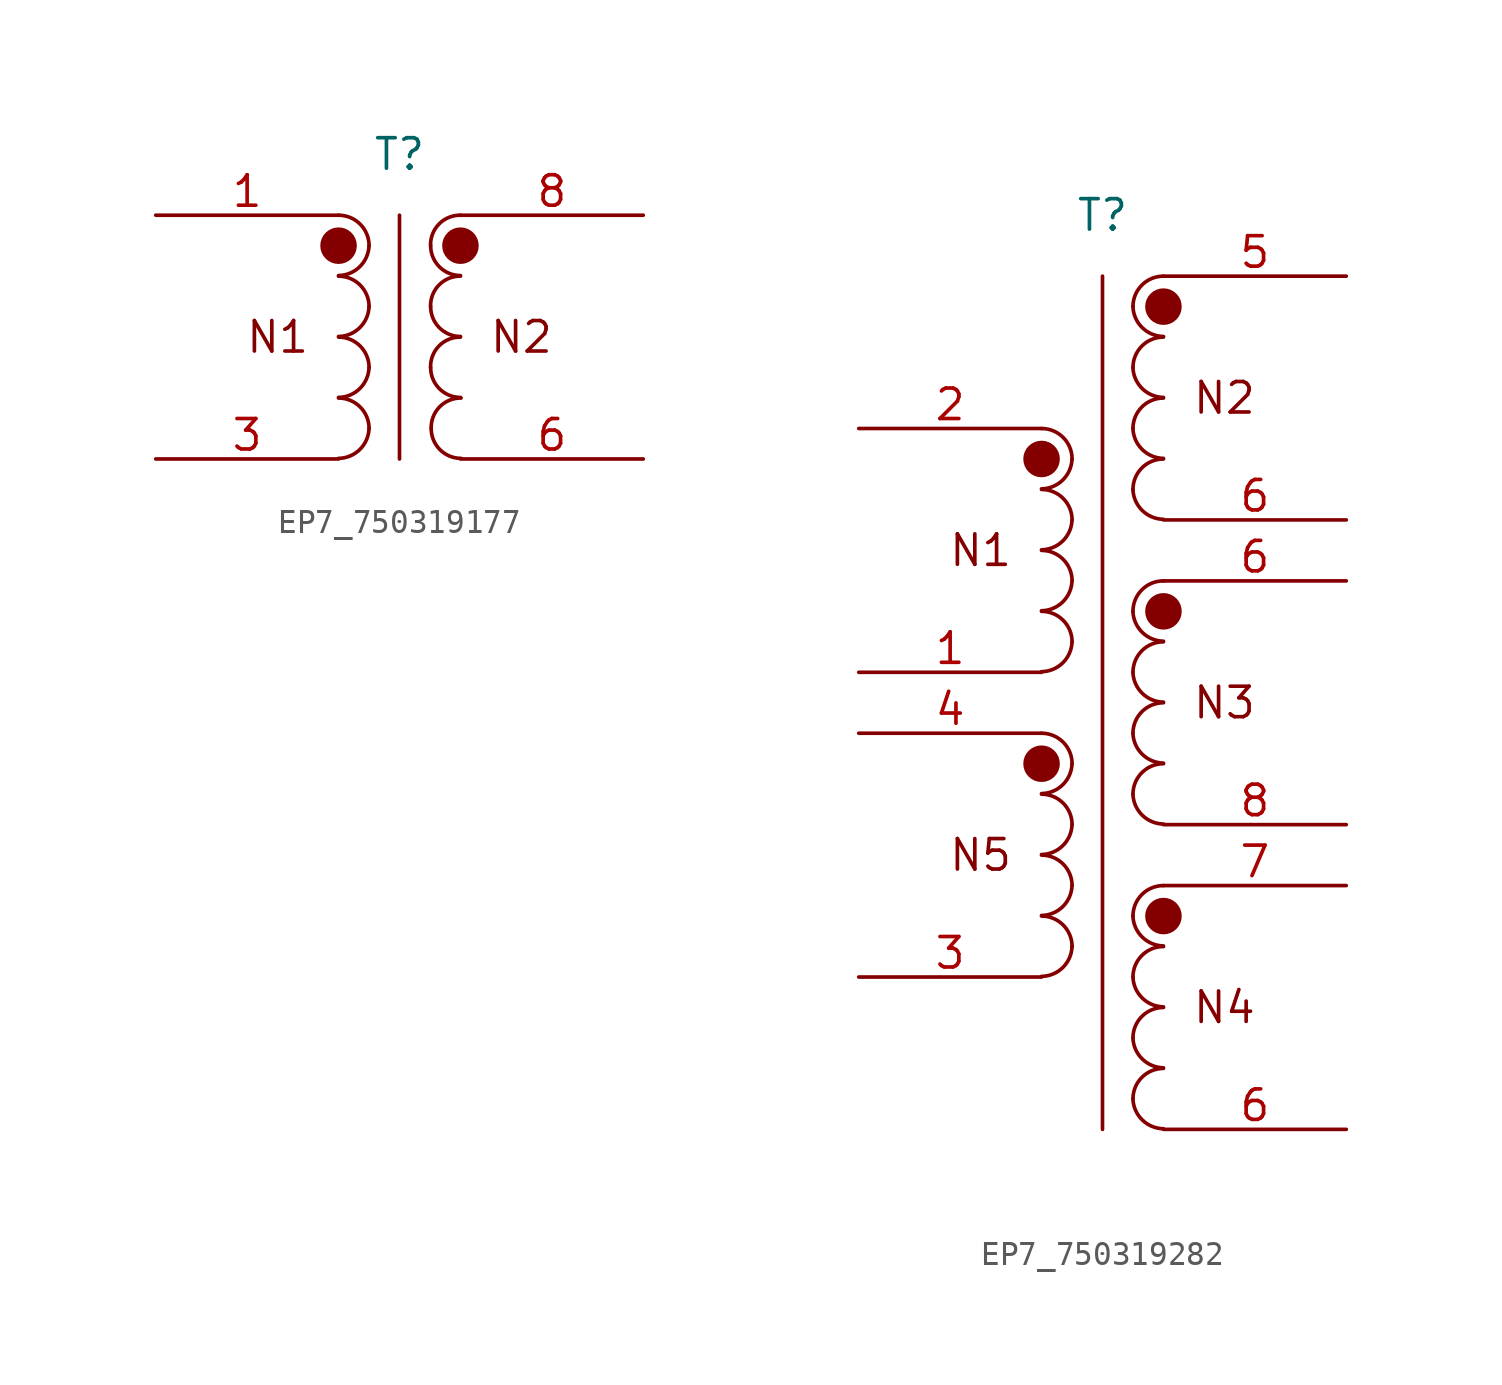
<source format=kicad_sym>
(kicad_symbol_lib
  (version 20220914)
  (generator kicad_symbol_editor)
  (symbol "EP7_750319177"
    (pin_names hide)
    (property "Reference" "T"
      (at 0 7.62 0)
      (effects (font (size 1.27 1.27))))
    (property "Critical Parameter" ""
      (at 0 -5.08 0)
      (effects (font (size 1.27 1.27))))
    (symbol "EP7_750319177_0_1"
      (arc (start -2.54 -5.0546) (mid -1.6599 -4.6901) (end -1.27 -3.81) (stroke (width 0) (type default)) (fill (type none)))
      (arc (start -2.54 -2.5146) (mid -1.6599 -2.1501) (end -1.27 -1.27) (stroke (width 0) (type default)) (fill (type none)))
      (arc (start -2.54 0.0254) (mid -1.6599 0.3899) (end -1.27 1.27) (stroke (width 0) (type default)) (fill (type none)))
      (arc (start -2.54 2.5654) (mid -1.6599 2.9299) (end -1.27 3.81) (stroke (width 0) (type default)) (fill (type none)))
      (arc (start -1.27 -3.81) (mid -1.642 -2.912) (end -2.54 -2.54) (stroke (width 0) (type default)) (fill (type none)))
      (arc (start -1.27 -1.27) (mid -1.642 -0.372) (end -2.54 0) (stroke (width 0) (type default)) (fill (type none)))
      (arc (start -1.27 1.27) (mid -1.642 2.168) (end -2.54 2.54) (stroke (width 0) (type default)) (fill (type none)))
      (arc (start -1.27 3.81) (mid -1.642 4.708) (end -2.54 5.08) (stroke (width 0) (type default)) (fill (type none)))
      (polyline (pts (xy 0 5.08) (xy 0 -5.08)) (stroke (width 0) (type default)) (fill (type none)))
      (arc (start 1.2954 -1.27) (mid 1.6599 -2.1501) (end 2.54 -2.5146) (stroke (width 0) (type default)) (fill (type none)))
      (arc (start 1.2954 1.27) (mid 1.6599 0.3899) (end 2.54 0.0254) (stroke (width 0) (type default)) (fill (type none)))
      (arc (start 1.2954 3.81) (mid 1.6599 2.9299) (end 2.54 2.5654) (stroke (width 0) (type default)) (fill (type none)))
      (arc (start 1.3208 -3.81) (mid 1.6853 -4.6901) (end 2.5654 -5.0546) (stroke (width 0) (type default)) (fill (type none)))
      (arc (start 2.54 0) (mid 1.642 -0.372) (end 1.2954 -1.27) (stroke (width 0) (type default)) (fill (type none)))
      (arc (start 2.54 2.54) (mid 1.642 2.168) (end 1.2954 1.27) (stroke (width 0) (type default)) (fill (type none)))
      (arc (start 2.54 5.08) (mid 1.642 4.708) (end 1.2954 3.81) (stroke (width 0) (type default)) (fill (type none)))
      (arc (start 2.5654 -2.54) (mid 1.6674 -2.912) (end 1.3208 -3.81) (stroke (width 0) (type default)) (fill (type none))))
    (symbol "EP7_750319177_1_1"
      (circle (center -2.54 3.81) (radius 0.0001) (stroke (width 0.762) (type default)) (fill (type none)))
      (circle (center 2.54 3.81) (radius 0.0001) (stroke (width 0.762) (type default)) (fill (type none)))
      (text "N1" (at -5.08 0 0) (effects (font (size 1.27 1.27))))
      (text "N2" (at 5.08 0 0) (effects (font (size 1.27 1.27))))
      (pin passive line (at -10.16 5.08 0) (length 7.62) (name "1" (effects (font (size 1.27 1.27)))) (number "1" (effects (font (size 1.27 1.27)))))
      (pin passive line (at -10.16 -5.08 0) (length 7.62) (name "3" (effects (font (size 1.27 1.27)))) (number "3" (effects (font (size 1.27 1.27)))))
      (pin passive line (at 10.16 -5.08 180) (length 7.62) (name "6" (effects (font (size 1.27 1.27)))) (number "6" (effects (font (size 1.27 1.27)))))
      (pin passive line (at 10.16 5.08 180) (length 7.62) (name "8" (effects (font (size 1.27 1.27)))) (number "8" (effects (font (size 1.27 1.27)))))))
  (symbol "EP7_750319282"
    (pin_names hide)
    (property "Reference" "T"
      (at 0 20.32 0)
      (effects (font (size 1.27 1.27))))
    (property "Critical Parameter" ""
      (at 0 5.08 0)
      (effects (font (size 1.27 1.27))))
    (symbol "EP7_750319282_0_1"
      (arc (start -2.54 -11.4046) (mid -1.6561 -11.0363) (end -1.27 -10.16) (stroke (width 0) (type default)) (fill (type none)))
      (arc (start -2.54 -8.8646) (mid -1.6561 -8.4963) (end -1.27 -7.62) (stroke (width 0) (type default)) (fill (type none)))
      (arc (start -2.54 -6.3246) (mid -1.6561 -5.9563) (end -1.27 -5.08) (stroke (width 0) (type default)) (fill (type none)))
      (arc (start -2.54 -3.7846) (mid -1.6561 -3.4163) (end -1.27 -2.54) (stroke (width 0) (type default)) (fill (type none)))
      (arc (start -2.54 1.2954) (mid -1.6561 1.6637) (end -1.27 2.54) (stroke (width 0) (type default)) (fill (type none)))
      (arc (start -2.54 3.8354) (mid -1.6561 4.2037) (end -1.27 5.08) (stroke (width 0) (type default)) (fill (type none)))
      (arc (start -2.54 6.3754) (mid -1.6561 6.7437) (end -1.27 7.62) (stroke (width 0) (type default)) (fill (type none)))
      (arc (start -2.54 8.9154) (mid -1.6561 9.2837) (end -1.27 10.16) (stroke (width 0) (type default)) (fill (type none)))
      (arc (start -1.27 -10.16) (mid -1.642 -9.262) (end -2.54 -8.89) (stroke (width 0) (type default)) (fill (type none)))
      (arc (start -1.27 -7.62) (mid -1.642 -6.722) (end -2.54 -6.35) (stroke (width 0) (type default)) (fill (type none)))
      (arc (start -1.27 -5.08) (mid -1.642 -4.182) (end -2.54 -3.81) (stroke (width 0) (type default)) (fill (type none)))
      (arc (start -1.27 -2.54) (mid -1.642 -1.642) (end -2.54 -1.27) (stroke (width 0) (type default)) (fill (type none)))
      (arc (start -1.27 2.54) (mid -1.642 3.438) (end -2.54 3.81) (stroke (width 0) (type default)) (fill (type none)))
      (arc (start -1.27 5.08) (mid -1.642 5.978) (end -2.54 6.35) (stroke (width 0) (type default)) (fill (type none)))
      (arc (start -1.27 7.62) (mid -1.642 8.518) (end -2.54 8.89) (stroke (width 0) (type default)) (fill (type none)))
      (arc (start -1.27 10.16) (mid -1.642 11.058) (end -2.54 11.43) (stroke (width 0) (type default)) (fill (type none)))
      (polyline (pts (xy 0 -17.78) (xy 0 17.78)) (stroke (width 0) (type default)) (fill (type none)))
      (arc (start 1.27 -16.51) (mid 1.6561 -17.3863) (end 2.54 -17.7546) (stroke (width 0) (type default)) (fill (type none)))
      (arc (start 1.27 -13.97) (mid 1.6561 -14.8463) (end 2.54 -15.2146) (stroke (width 0) (type default)) (fill (type none)))
      (arc (start 1.27 -11.43) (mid 1.6561 -12.3063) (end 2.54 -12.6746) (stroke (width 0) (type default)) (fill (type none)))
      (arc (start 1.27 -8.89) (mid 1.6561 -9.7663) (end 2.54 -10.1346) (stroke (width 0) (type default)) (fill (type none)))
      (arc (start 1.27 -3.81) (mid 1.6561 -4.6863) (end 2.54 -5.0546) (stroke (width 0) (type default)) (fill (type none)))
      (arc (start 1.27 -1.27) (mid 1.6561 -2.1463) (end 2.54 -2.5146) (stroke (width 0) (type default)) (fill (type none)))
      (arc (start 1.27 1.27) (mid 1.6561 0.3937) (end 2.54 0.0254) (stroke (width 0) (type default)) (fill (type none)))
      (arc (start 1.27 3.81) (mid 1.6561 2.9337) (end 2.54 2.5654) (stroke (width 0) (type default)) (fill (type none)))
      (arc (start 1.27 8.89) (mid 1.6561 8.0137) (end 2.54 7.6454) (stroke (width 0) (type default)) (fill (type none)))
      (arc (start 1.27 11.43) (mid 1.6561 10.5537) (end 2.54 10.1854) (stroke (width 0) (type default)) (fill (type none)))
      (arc (start 1.27 13.97) (mid 1.6561 13.0937) (end 2.54 12.7254) (stroke (width 0) (type default)) (fill (type none)))
      (arc (start 1.27 16.51) (mid 1.6561 15.6337) (end 2.54 15.2654) (stroke (width 0) (type default)) (fill (type none)))
      (arc (start 2.54 -15.24) (mid 1.642 -15.612) (end 1.27 -16.51) (stroke (width 0) (type default)) (fill (type none)))
      (arc (start 2.54 -12.7) (mid 1.642 -13.072) (end 1.27 -13.97) (stroke (width 0) (type default)) (fill (type none)))
      (arc (start 2.54 -10.16) (mid 1.642 -10.532) (end 1.27 -11.43) (stroke (width 0) (type default)) (fill (type none)))
      (arc (start 2.54 -7.62) (mid 1.642 -7.992) (end 1.27 -8.89) (stroke (width 0) (type default)) (fill (type none)))
      (arc (start 2.54 -2.54) (mid 1.642 -2.912) (end 1.27 -3.81) (stroke (width 0) (type default)) (fill (type none)))
      (arc (start 2.54 0) (mid 1.642 -0.372) (end 1.27 -1.27) (stroke (width 0) (type default)) (fill (type none)))
      (arc (start 2.54 2.54) (mid 1.642 2.168) (end 1.27 1.27) (stroke (width 0) (type default)) (fill (type none)))
      (arc (start 2.54 5.08) (mid 1.642 4.708) (end 1.27 3.81) (stroke (width 0) (type default)) (fill (type none)))
      (arc (start 2.54 10.16) (mid 1.642 9.788) (end 1.27 8.89) (stroke (width 0) (type default)) (fill (type none)))
      (arc (start 2.54 12.7) (mid 1.642 12.328) (end 1.27 11.43) (stroke (width 0) (type default)) (fill (type none)))
      (arc (start 2.54 15.24) (mid 1.642 14.868) (end 1.27 13.97) (stroke (width 0) (type default)) (fill (type none)))
      (arc (start 2.54 17.78) (mid 1.642 17.408) (end 1.27 16.51) (stroke (width 0) (type default)) (fill (type none))))
    (symbol "EP7_750319282_1_1"
      (circle (center -2.54 -2.54) (radius 0.0001) (stroke (width 0.762) (type default)) (fill (type none)))
      (circle (center -2.54 10.16) (radius 0.0001) (stroke (width 0.762) (type default)) (fill (type none)))
      (circle (center 2.54 -8.89) (radius 0.0001) (stroke (width 0.762) (type default)) (fill (type none)))
      (circle (center 2.54 3.81) (radius 0.0001) (stroke (width 0.762) (type default)) (fill (type none)))
      (circle (center 2.54 16.51) (radius 0.0001) (stroke (width 0.762) (type default)) (fill (type none)))
      (text "N1" (at -5.08 6.35 0) (effects (font (size 1.27 1.27))))
      (text "N2" (at 5.08 12.7 0) (effects (font (size 1.27 1.27))))
      (text "N3" (at 5.08 0 0) (effects (font (size 1.27 1.27))))
      (text "N4" (at 5.08 -12.7 0) (effects (font (size 1.27 1.27))))
      (text "N5" (at -5.08 -6.35 0) (effects (font (size 1.27 1.27))))
      (pin passive line (at -10.16 1.27 0) (length 7.62) (name "1" (effects (font (size 1.27 1.27)))) (number "1" (effects (font (size 1.27 1.27)))))
      (pin passive line (at -10.16 11.43 0) (length 7.62) (name "2" (effects (font (size 1.27 1.27)))) (number "2" (effects (font (size 1.27 1.27)))))
      (pin passive line (at -10.16 -11.43 0) (length 7.62) (name "3" (effects (font (size 1.27 1.27)))) (number "3" (effects (font (size 1.27 1.27)))))
      (pin passive line (at -10.16 -1.27 0) (length 7.62) (name "4" (effects (font (size 1.27 1.27)))) (number "4" (effects (font (size 1.27 1.27)))))
      (pin passive line (at 10.16 17.78 180) (length 7.62) (name "5" (effects (font (size 1.27 1.27)))) (number "5" (effects (font (size 1.27 1.27)))))
      (pin passive line (at 10.16 -17.78 180) (length 7.62) (name "6" (effects (font (size 1.27 1.27)))) (number "6" (effects (font (size 1.27 1.27)))))
      (pin passive line (at 10.16 5.08 180) (length 7.62) (name "6" (effects (font (size 1.27 1.27)))) (number "6" (effects (font (size 1.27 1.27)))))
      (pin passive line (at 10.16 7.62 180) (length 7.62) (name "6" (effects (font (size 1.27 1.27)))) (number "6" (effects (font (size 1.27 1.27)))))
      (pin passive line (at 10.16 -7.62 180) (length 7.62) (name "7" (effects (font (size 1.27 1.27)))) (number "7" (effects (font (size 1.27 1.27)))))
      (pin passive line (at 10.16 -5.08 180) (length 7.62) (name "8" (effects (font (size 1.27 1.27)))) (number "8" (effects (font (size 1.27 1.27))))))))
</source>
